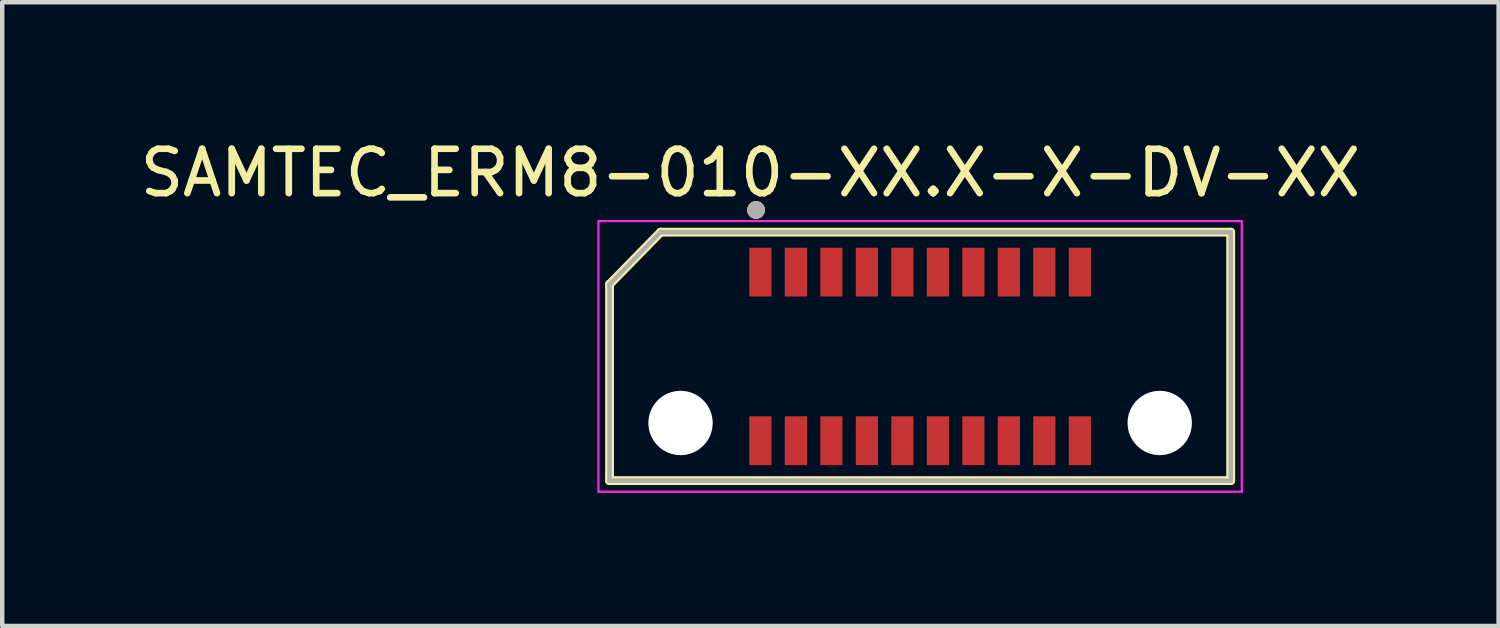
<source format=kicad_pcb>
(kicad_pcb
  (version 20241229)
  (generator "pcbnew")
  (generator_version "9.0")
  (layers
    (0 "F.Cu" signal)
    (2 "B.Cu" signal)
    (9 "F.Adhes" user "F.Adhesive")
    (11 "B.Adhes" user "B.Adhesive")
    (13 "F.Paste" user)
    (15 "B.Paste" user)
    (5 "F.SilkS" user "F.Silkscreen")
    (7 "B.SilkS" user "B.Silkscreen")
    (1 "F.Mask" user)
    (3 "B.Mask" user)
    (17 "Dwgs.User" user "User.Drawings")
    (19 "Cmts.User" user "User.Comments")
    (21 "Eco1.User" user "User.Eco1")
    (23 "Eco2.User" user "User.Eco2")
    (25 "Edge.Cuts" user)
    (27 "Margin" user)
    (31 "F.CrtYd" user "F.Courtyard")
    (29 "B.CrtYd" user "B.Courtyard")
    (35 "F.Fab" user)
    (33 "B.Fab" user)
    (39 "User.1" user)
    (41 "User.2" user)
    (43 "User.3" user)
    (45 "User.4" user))
  (footprint "SAMTEC_ERM8-010-XX.X-X-DV-XX"
    (layer "F.Cu")
    (at 17.688 4.983)
    (property "Reference" "SAMTEC_ERM8-010-XX.X-X-DV-XX" (at -3.825 -4.135 0) (layer "F.SilkS") (effects (font (size 1 1) (thickness 0.15))))
    (attr smd)
    (fp_line (start -7 -1.625) (end -5.85 -2.8) (stroke (width 0.2) (type solid)) (layer "F.SilkS"))
    (fp_line (start -7 2.8) (end -7 -1.625) (stroke (width 0.2) (type solid)) (layer "F.SilkS"))
    (fp_line (start -5.85 -2.8) (end 7 -2.8) (stroke (width 0.2) (type solid)) (layer "F.SilkS"))
    (fp_line (start 7 -2.8) (end 7 2.8) (stroke (width 0.2) (type solid)) (layer "F.SilkS"))
    (fp_line (start 7 2.8) (end -7 2.8) (stroke (width 0.2) (type solid)) (layer "F.SilkS"))
    (fp_circle (center -3.698 -3.3) (end -3.598 -3.3) (stroke (width 0.2) (type solid)) (fill no) (layer "F.SilkS"))
    (fp_line (start -7.25 -3.05) (end 7.25 -3.05) (stroke (width 0.05) (type solid)) (layer "F.CrtYd"))
    (fp_line (start -7.25 3.05) (end -7.25 -3.05) (stroke (width 0.05) (type solid)) (layer "F.CrtYd"))
    (fp_line (start 7.25 -3.05) (end 7.25 3.05) (stroke (width 0.05) (type solid)) (layer "F.CrtYd"))
    (fp_line (start 7.25 3.05) (end -7.25 3.05) (stroke (width 0.05) (type solid)) (layer "F.CrtYd"))
    (fp_line (start -7 -1.625) (end -5.85 -2.8) (stroke (width 0.1) (type solid)) (layer "F.Fab"))
    (fp_line (start -7 2.8) (end -7 -1.625) (stroke (width 0.1) (type solid)) (layer "F.Fab"))
    (fp_line (start -5.85 -2.8) (end 7 -2.8) (stroke (width 0.1) (type solid)) (layer "F.Fab"))
    (fp_line (start 7 -2.8) (end 7 2.8) (stroke (width 0.1) (type solid)) (layer "F.Fab"))
    (fp_line (start 7 2.8) (end -7 2.8) (stroke (width 0.1) (type solid)) (layer "F.Fab"))
    (fp_circle (center -3.698 -3.3) (end -3.598 -3.3) (stroke (width 0.2) (type solid)) (fill no) (layer "F.Fab"))
    (pad "" np_thru_hole circle (at -5.4 1.5) (size 1.45 1.45) (drill 1.45) (layers "*.Cu" "*.Mask"))
    (pad "" np_thru_hole circle (at 5.4 1.5) (size 1.45 1.45) (drill 1.45) (layers "*.Cu" "*.Mask"))
    (pad "01" smd rect (at -3.6 -1.9) (size 0.5 1.1) (layers "F.Cu" "F.Mask" "F.Paste"))
    (pad "02" smd rect (at -3.6 1.9) (size 0.5 1.1) (layers "F.Cu" "F.Mask" "F.Paste"))
    (pad "03" smd rect (at -2.8 -1.9) (size 0.5 1.1) (layers "F.Cu" "F.Mask" "F.Paste"))
    (pad "04" smd rect (at -2.8 1.9) (size 0.5 1.1) (layers "F.Cu" "F.Mask" "F.Paste"))
    (pad "05" smd rect (at -2 -1.9) (size 0.5 1.1) (layers "F.Cu" "F.Mask" "F.Paste"))
    (pad "06" smd rect (at -2 1.9) (size 0.5 1.1) (layers "F.Cu" "F.Mask" "F.Paste"))
    (pad "07" smd rect (at -1.2 -1.9) (size 0.5 1.1) (layers "F.Cu" "F.Mask" "F.Paste"))
    (pad "08" smd rect (at -1.2 1.9) (size 0.5 1.1) (layers "F.Cu" "F.Mask" "F.Paste"))
    (pad "09" smd rect (at -0.4 -1.9) (size 0.5 1.1) (layers "F.Cu" "F.Mask" "F.Paste"))
    (pad "10" smd rect (at -0.4 1.9) (size 0.5 1.1) (layers "F.Cu" "F.Mask" "F.Paste"))
    (pad "11" smd rect (at 0.4 -1.9) (size 0.5 1.1) (layers "F.Cu" "F.Mask" "F.Paste"))
    (pad "12" smd rect (at 0.4 1.9) (size 0.5 1.1) (layers "F.Cu" "F.Mask" "F.Paste"))
    (pad "13" smd rect (at 1.2 -1.9) (size 0.5 1.1) (layers "F.Cu" "F.Mask" "F.Paste"))
    (pad "14" smd rect (at 1.2 1.9) (size 0.5 1.1) (layers "F.Cu" "F.Mask" "F.Paste"))
    (pad "15" smd rect (at 2 -1.9) (size 0.5 1.1) (layers "F.Cu" "F.Mask" "F.Paste"))
    (pad "16" smd rect (at 2 1.9) (size 0.5 1.1) (layers "F.Cu" "F.Mask" "F.Paste"))
    (pad "17" smd rect (at 2.8 -1.9) (size 0.5 1.1) (layers "F.Cu" "F.Mask" "F.Paste"))
    (pad "18" smd rect (at 2.8 1.9) (size 0.5 1.1) (layers "F.Cu" "F.Mask" "F.Paste"))
    (pad "19" smd rect (at 3.6 -1.9) (size 0.5 1.1) (layers "F.Cu" "F.Mask" "F.Paste"))
    (pad "20" smd rect (at 3.6 1.9) (size 0.5 1.1) (layers "F.Cu" "F.Mask" "F.Paste")))
  (gr_rect
    (start -3 -3)
    (end 30.726 11.058)
    (stroke (width 0.1) (type default))
    (fill no)
    (layer "Edge.Cuts")))
</source>
